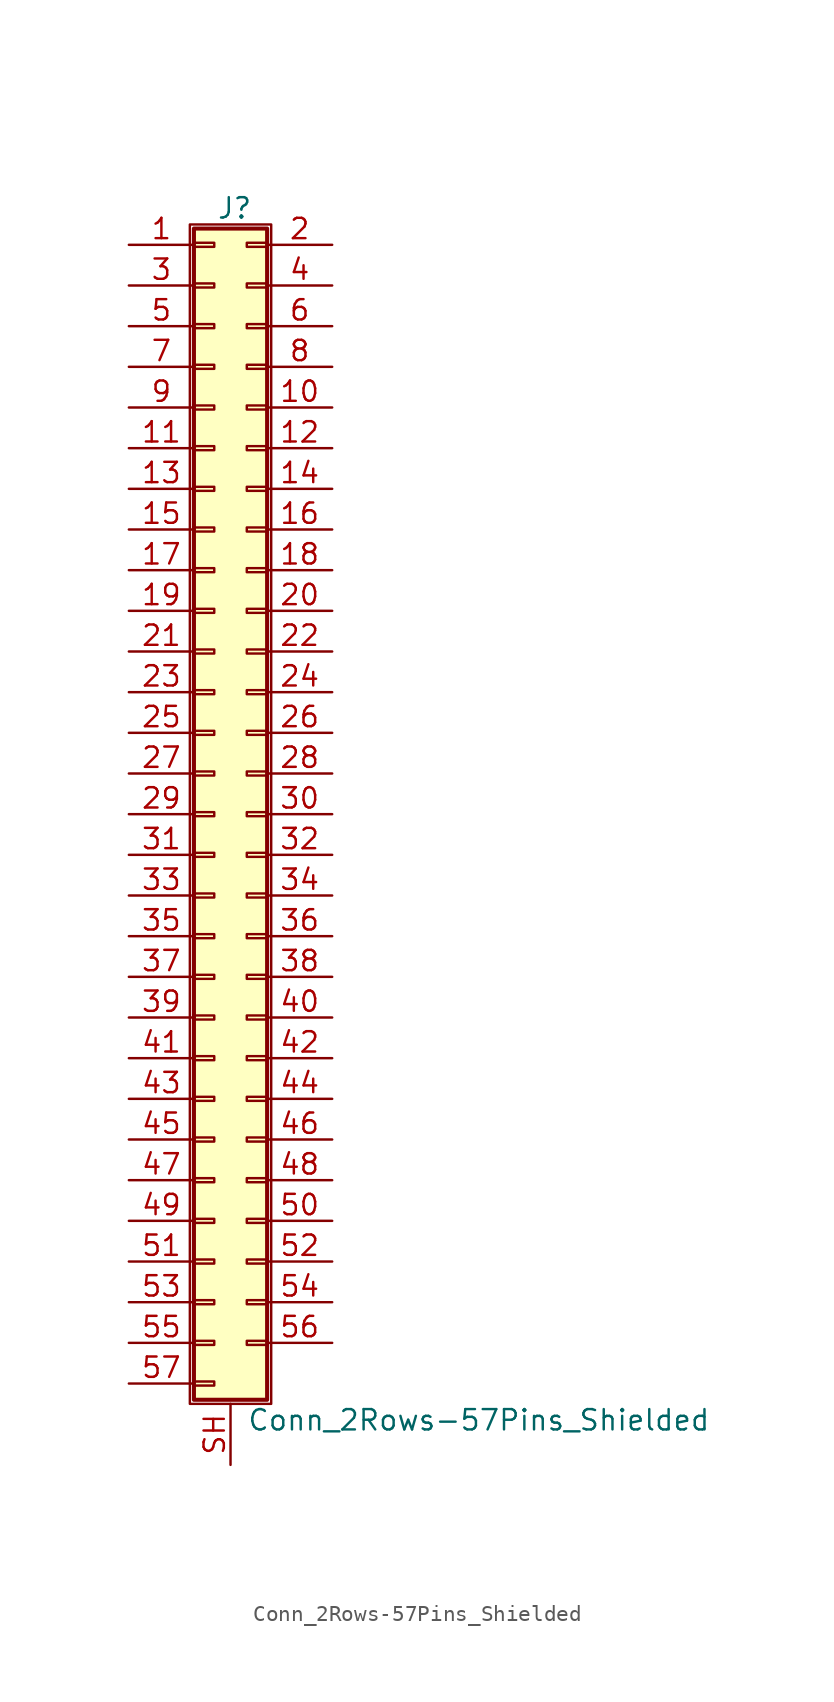
<source format=kicad_sym>
(kicad_symbol_lib
  (version 20201005)
  (generator kicad_symbol_editor)
  (symbol "Connector_Generic_Shielded:Conn_2Rows-57Pins_Shielded"
    (pin_names
      (offset 1.016) hide)
    (property "Reference" "J"
      (at 1.524 37.846 0)
      (effects (font (size 1.27 1.27))))
    (property "Value" "Conn_2Rows-57Pins_Shielded"
      (at 2.286 -37.846 0)
      (effects (font (size 1.27 1.27)) (justify left)))
    (symbol "Conn_2Rows-57Pins_Shielded_1_1"
      (rectangle (start -1.016 -27.813) (end 0.254 -28.067) (stroke (width 0.152)) (fill (type none)))
      (rectangle (start -1.016 -30.353) (end 0.254 -30.607) (stroke (width 0.152)) (fill (type none)))
      (rectangle (start -1.016 -32.893) (end 0.254 -33.147) (stroke (width 0.152)) (fill (type none)))
      (rectangle (start -1.016 -35.433) (end 0.254 -35.687) (stroke (width 0.152)) (fill (type none)))
      (rectangle (start -1.016 -4.953) (end 0.254 -5.207) (stroke (width 0.152)) (fill (type none)))
      (rectangle (start -1.016 -7.493) (end 0.254 -7.747) (stroke (width 0.152)) (fill (type none)))
      (rectangle (start -1.016 -10.033) (end 0.254 -10.287) (stroke (width 0.152)) (fill (type none)))
      (rectangle (start -1.016 -12.573) (end 0.254 -12.827) (stroke (width 0.152)) (fill (type none)))
      (rectangle (start -1.016 -15.113) (end 0.254 -15.367) (stroke (width 0.152)) (fill (type none)))
      (rectangle (start -1.016 -17.653) (end 0.254 -17.907) (stroke (width 0.152)) (fill (type none)))
      (rectangle (start -1.016 -20.193) (end 0.254 -20.447) (stroke (width 0.152)) (fill (type none)))
      (rectangle (start -1.016 -22.733) (end 0.254 -22.987) (stroke (width 0.152)) (fill (type none)))
      (rectangle (start -1.016 -2.413) (end 0.254 -2.667) (stroke (width 0.152)) (fill (type none)))
      (rectangle (start -1.016 -25.273) (end 0.254 -25.527) (stroke (width 0.152)) (fill (type none)))
      (rectangle (start -1.016 25.527) (end 0.254 25.273) (stroke (width 0.152)) (fill (type none)))
      (rectangle (start -1.016 2.667) (end 0.254 2.413) (stroke (width 0.152)) (fill (type none)))
      (rectangle (start -1.016 28.067) (end 0.254 27.813) (stroke (width 0.152)) (fill (type none)))
      (rectangle (start -1.016 30.607) (end 0.254 30.353) (stroke (width 0.152)) (fill (type none)))
      (rectangle (start -1.016 33.147) (end 0.254 32.893) (stroke (width 0.152)) (fill (type none)))
      (rectangle (start -1.016 35.687) (end 0.254 35.433) (stroke (width 0.152)) (fill (type none)))
      (rectangle (start -1.016 36.576) (end 3.556 -36.576) (stroke (width 0.254)) (fill (type background)))
      (rectangle (start -1.016 5.207) (end 0.254 4.953) (stroke (width 0.152)) (fill (type none)))
      (rectangle (start -1.016 7.747) (end 0.254 7.493) (stroke (width 0.152)) (fill (type none)))
      (rectangle (start -1.016 10.287) (end 0.254 10.033) (stroke (width 0.152)) (fill (type none)))
      (rectangle (start -1.016 0.127) (end 0.254 -0.127) (stroke (width 0.152)) (fill (type none)))
      (rectangle (start -1.016 12.827) (end 0.254 12.573) (stroke (width 0.152)) (fill (type none)))
      (rectangle (start -1.016 15.367) (end 0.254 15.113) (stroke (width 0.152)) (fill (type none)))
      (rectangle (start -1.016 17.907) (end 0.254 17.653) (stroke (width 0.152)) (fill (type none)))
      (rectangle (start -1.016 20.447) (end 0.254 20.193) (stroke (width 0.152)) (fill (type none)))
      (rectangle (start -1.016 22.987) (end 0.254 22.733) (stroke (width 0.152)) (fill (type none)))
      (rectangle (start -1.27 36.83) (end 3.81 -36.83) (stroke (width 0.152)) (fill (type none)))
      (rectangle (start 3.556 -27.813) (end 2.286 -28.067) (stroke (width 0.152)) (fill (type none)))
      (rectangle (start 3.556 -30.353) (end 2.286 -30.607) (stroke (width 0.152)) (fill (type none)))
      (rectangle (start 3.556 -32.893) (end 2.286 -33.147) (stroke (width 0.152)) (fill (type none)))
      (rectangle (start 3.556 -4.953) (end 2.286 -5.207) (stroke (width 0.152)) (fill (type none)))
      (rectangle (start 3.556 -7.493) (end 2.286 -7.747) (stroke (width 0.152)) (fill (type none)))
      (rectangle (start 3.556 -10.033) (end 2.286 -10.287) (stroke (width 0.152)) (fill (type none)))
      (rectangle (start 3.556 -12.573) (end 2.286 -12.827) (stroke (width 0.152)) (fill (type none)))
      (rectangle (start 3.556 -15.113) (end 2.286 -15.367) (stroke (width 0.152)) (fill (type none)))
      (rectangle (start 3.556 -17.653) (end 2.286 -17.907) (stroke (width 0.152)) (fill (type none)))
      (rectangle (start 3.556 -20.193) (end 2.286 -20.447) (stroke (width 0.152)) (fill (type none)))
      (rectangle (start 3.556 -22.733) (end 2.286 -22.987) (stroke (width 0.152)) (fill (type none)))
      (rectangle (start 3.556 -2.413) (end 2.286 -2.667) (stroke (width 0.152)) (fill (type none)))
      (rectangle (start 3.556 -25.273) (end 2.286 -25.527) (stroke (width 0.152)) (fill (type none)))
      (rectangle (start 3.556 25.527) (end 2.286 25.273) (stroke (width 0.152)) (fill (type none)))
      (rectangle (start 3.556 2.667) (end 2.286 2.413) (stroke (width 0.152)) (fill (type none)))
      (rectangle (start 3.556 28.067) (end 2.286 27.813) (stroke (width 0.152)) (fill (type none)))
      (rectangle (start 3.556 30.607) (end 2.286 30.353) (stroke (width 0.152)) (fill (type none)))
      (rectangle (start 3.556 33.147) (end 2.286 32.893) (stroke (width 0.152)) (fill (type none)))
      (rectangle (start 3.556 35.687) (end 2.286 35.433) (stroke (width 0.152)) (fill (type none)))
      (rectangle (start 3.556 5.207) (end 2.286 4.953) (stroke (width 0.152)) (fill (type none)))
      (rectangle (start 3.556 7.747) (end 2.286 7.493) (stroke (width 0.152)) (fill (type none)))
      (rectangle (start 3.556 10.287) (end 2.286 10.033) (stroke (width 0.152)) (fill (type none)))
      (rectangle (start 3.556 0.127) (end 2.286 -0.127) (stroke (width 0.152)) (fill (type none)))
      (rectangle (start 3.556 12.827) (end 2.286 12.573) (stroke (width 0.152)) (fill (type none)))
      (rectangle (start 3.556 15.367) (end 2.286 15.113) (stroke (width 0.152)) (fill (type none)))
      (rectangle (start 3.556 17.907) (end 2.286 17.653) (stroke (width 0.152)) (fill (type none)))
      (rectangle (start 3.556 20.447) (end 2.286 20.193) (stroke (width 0.152)) (fill (type none)))
      (rectangle (start 3.556 22.987) (end 2.286 22.733) (stroke (width 0.152)) (fill (type none)))
      (pin passive line (at -5.08 35.56 0) (length 4.064) (name "Pin_1" (effects (font (size 1.27 1.27)))) (number "1" (effects (font (size 1.27 1.27)))))
      (pin passive line (at 7.62 25.4 180) (length 4.064) (name "Pin_10" (effects (font (size 1.27 1.27)))) (number "10" (effects (font (size 1.27 1.27)))))
      (pin passive line (at -5.08 22.86 0) (length 4.064) (name "Pin_11" (effects (font (size 1.27 1.27)))) (number "11" (effects (font (size 1.27 1.27)))))
      (pin passive line (at 7.62 22.86 180) (length 4.064) (name "Pin_12" (effects (font (size 1.27 1.27)))) (number "12" (effects (font (size 1.27 1.27)))))
      (pin passive line (at -5.08 20.32 0) (length 4.064) (name "Pin_13" (effects (font (size 1.27 1.27)))) (number "13" (effects (font (size 1.27 1.27)))))
      (pin passive line (at 7.62 20.32 180) (length 4.064) (name "Pin_14" (effects (font (size 1.27 1.27)))) (number "14" (effects (font (size 1.27 1.27)))))
      (pin passive line (at -5.08 17.78 0) (length 4.064) (name "Pin_15" (effects (font (size 1.27 1.27)))) (number "15" (effects (font (size 1.27 1.27)))))
      (pin passive line (at 7.62 17.78 180) (length 4.064) (name "Pin_16" (effects (font (size 1.27 1.27)))) (number "16" (effects (font (size 1.27 1.27)))))
      (pin passive line (at -5.08 15.24 0) (length 4.064) (name "Pin_17" (effects (font (size 1.27 1.27)))) (number "17" (effects (font (size 1.27 1.27)))))
      (pin passive line (at 7.62 15.24 180) (length 4.064) (name "Pin_18" (effects (font (size 1.27 1.27)))) (number "18" (effects (font (size 1.27 1.27)))))
      (pin passive line (at -5.08 12.7 0) (length 4.064) (name "Pin_19" (effects (font (size 1.27 1.27)))) (number "19" (effects (font (size 1.27 1.27)))))
      (pin passive line (at 7.62 35.56 180) (length 4.064) (name "Pin_2" (effects (font (size 1.27 1.27)))) (number "2" (effects (font (size 1.27 1.27)))))
      (pin passive line (at 7.62 12.7 180) (length 4.064) (name "Pin_20" (effects (font (size 1.27 1.27)))) (number "20" (effects (font (size 1.27 1.27)))))
      (pin passive line (at -5.08 10.16 0) (length 4.064) (name "Pin_21" (effects (font (size 1.27 1.27)))) (number "21" (effects (font (size 1.27 1.27)))))
      (pin passive line (at 7.62 10.16 180) (length 4.064) (name "Pin_22" (effects (font (size 1.27 1.27)))) (number "22" (effects (font (size 1.27 1.27)))))
      (pin passive line (at -5.08 7.62 0) (length 4.064) (name "Pin_23" (effects (font (size 1.27 1.27)))) (number "23" (effects (font (size 1.27 1.27)))))
      (pin passive line (at 7.62 7.62 180) (length 4.064) (name "Pin_24" (effects (font (size 1.27 1.27)))) (number "24" (effects (font (size 1.27 1.27)))))
      (pin passive line (at -5.08 5.08 0) (length 4.064) (name "Pin_25" (effects (font (size 1.27 1.27)))) (number "25" (effects (font (size 1.27 1.27)))))
      (pin passive line (at 7.62 5.08 180) (length 4.064) (name "Pin_26" (effects (font (size 1.27 1.27)))) (number "26" (effects (font (size 1.27 1.27)))))
      (pin passive line (at -5.08 2.54 0) (length 4.064) (name "Pin_27" (effects (font (size 1.27 1.27)))) (number "27" (effects (font (size 1.27 1.27)))))
      (pin passive line (at 7.62 2.54 180) (length 4.064) (name "Pin_28" (effects (font (size 1.27 1.27)))) (number "28" (effects (font (size 1.27 1.27)))))
      (pin passive line (at -5.08 0 0) (length 4.064) (name "Pin_29" (effects (font (size 1.27 1.27)))) (number "29" (effects (font (size 1.27 1.27)))))
      (pin passive line (at -5.08 33.02 0) (length 4.064) (name "Pin_3" (effects (font (size 1.27 1.27)))) (number "3" (effects (font (size 1.27 1.27)))))
      (pin passive line (at 7.62 0 180) (length 4.064) (name "Pin_30" (effects (font (size 1.27 1.27)))) (number "30" (effects (font (size 1.27 1.27)))))
      (pin passive line (at -5.08 -2.54 0) (length 4.064) (name "Pin_31" (effects (font (size 1.27 1.27)))) (number "31" (effects (font (size 1.27 1.27)))))
      (pin passive line (at 7.62 -2.54 180) (length 4.064) (name "Pin_32" (effects (font (size 1.27 1.27)))) (number "32" (effects (font (size 1.27 1.27)))))
      (pin passive line (at -5.08 -5.08 0) (length 4.064) (name "Pin_33" (effects (font (size 1.27 1.27)))) (number "33" (effects (font (size 1.27 1.27)))))
      (pin passive line (at 7.62 -5.08 180) (length 4.064) (name "Pin_34" (effects (font (size 1.27 1.27)))) (number "34" (effects (font (size 1.27 1.27)))))
      (pin passive line (at -5.08 -7.62 0) (length 4.064) (name "Pin_35" (effects (font (size 1.27 1.27)))) (number "35" (effects (font (size 1.27 1.27)))))
      (pin passive line (at 7.62 -7.62 180) (length 4.064) (name "Pin_36" (effects (font (size 1.27 1.27)))) (number "36" (effects (font (size 1.27 1.27)))))
      (pin passive line (at -5.08 -10.16 0) (length 4.064) (name "Pin_37" (effects (font (size 1.27 1.27)))) (number "37" (effects (font (size 1.27 1.27)))))
      (pin passive line (at 7.62 -10.16 180) (length 4.064) (name "Pin_38" (effects (font (size 1.27 1.27)))) (number "38" (effects (font (size 1.27 1.27)))))
      (pin passive line (at -5.08 -12.7 0) (length 4.064) (name "Pin_39" (effects (font (size 1.27 1.27)))) (number "39" (effects (font (size 1.27 1.27)))))
      (pin passive line (at 7.62 33.02 180) (length 4.064) (name "Pin_4" (effects (font (size 1.27 1.27)))) (number "4" (effects (font (size 1.27 1.27)))))
      (pin passive line (at 7.62 -12.7 180) (length 4.064) (name "Pin_40" (effects (font (size 1.27 1.27)))) (number "40" (effects (font (size 1.27 1.27)))))
      (pin passive line (at -5.08 -15.24 0) (length 4.064) (name "Pin_41" (effects (font (size 1.27 1.27)))) (number "41" (effects (font (size 1.27 1.27)))))
      (pin passive line (at 7.62 -15.24 180) (length 4.064) (name "Pin_42" (effects (font (size 1.27 1.27)))) (number "42" (effects (font (size 1.27 1.27)))))
      (pin passive line (at -5.08 -17.78 0) (length 4.064) (name "Pin_43" (effects (font (size 1.27 1.27)))) (number "43" (effects (font (size 1.27 1.27)))))
      (pin passive line (at 7.62 -17.78 180) (length 4.064) (name "Pin_44" (effects (font (size 1.27 1.27)))) (number "44" (effects (font (size 1.27 1.27)))))
      (pin passive line (at -5.08 -20.32 0) (length 4.064) (name "Pin_45" (effects (font (size 1.27 1.27)))) (number "45" (effects (font (size 1.27 1.27)))))
      (pin passive line (at 7.62 -20.32 180) (length 4.064) (name "Pin_46" (effects (font (size 1.27 1.27)))) (number "46" (effects (font (size 1.27 1.27)))))
      (pin passive line (at -5.08 -22.86 0) (length 4.064) (name "Pin_47" (effects (font (size 1.27 1.27)))) (number "47" (effects (font (size 1.27 1.27)))))
      (pin passive line (at 7.62 -22.86 180) (length 4.064) (name "Pin_48" (effects (font (size 1.27 1.27)))) (number "48" (effects (font (size 1.27 1.27)))))
      (pin passive line (at -5.08 -25.4 0) (length 4.064) (name "Pin_49" (effects (font (size 1.27 1.27)))) (number "49" (effects (font (size 1.27 1.27)))))
      (pin passive line (at -5.08 30.48 0) (length 4.064) (name "Pin_5" (effects (font (size 1.27 1.27)))) (number "5" (effects (font (size 1.27 1.27)))))
      (pin passive line (at 7.62 -25.4 180) (length 4.064) (name "Pin_50" (effects (font (size 1.27 1.27)))) (number "50" (effects (font (size 1.27 1.27)))))
      (pin passive line (at -5.08 -27.94 0) (length 4.064) (name "Pin_51" (effects (font (size 1.27 1.27)))) (number "51" (effects (font (size 1.27 1.27)))))
      (pin passive line (at 7.62 -27.94 180) (length 4.064) (name "Pin_52" (effects (font (size 1.27 1.27)))) (number "52" (effects (font (size 1.27 1.27)))))
      (pin passive line (at -5.08 -30.48 0) (length 4.064) (name "Pin_53" (effects (font (size 1.27 1.27)))) (number "53" (effects (font (size 1.27 1.27)))))
      (pin passive line (at 7.62 -30.48 180) (length 4.064) (name "Pin_54" (effects (font (size 1.27 1.27)))) (number "54" (effects (font (size 1.27 1.27)))))
      (pin passive line (at -5.08 -33.02 0) (length 4.064) (name "Pin_55" (effects (font (size 1.27 1.27)))) (number "55" (effects (font (size 1.27 1.27)))))
      (pin passive line (at 7.62 -33.02 180) (length 4.064) (name "Pin_56" (effects (font (size 1.27 1.27)))) (number "56" (effects (font (size 1.27 1.27)))))
      (pin passive line (at -5.08 -35.56 0) (length 4.064) (name "Pin_57" (effects (font (size 1.27 1.27)))) (number "57" (effects (font (size 1.27 1.27)))))
      (pin passive line (at 7.62 30.48 180) (length 4.064) (name "Pin_6" (effects (font (size 1.27 1.27)))) (number "6" (effects (font (size 1.27 1.27)))))
      (pin passive line (at -5.08 27.94 0) (length 4.064) (name "Pin_7" (effects (font (size 1.27 1.27)))) (number "7" (effects (font (size 1.27 1.27)))))
      (pin passive line (at 7.62 27.94 180) (length 4.064) (name "Pin_8" (effects (font (size 1.27 1.27)))) (number "8" (effects (font (size 1.27 1.27)))))
      (pin passive line (at -5.08 25.4 0) (length 4.064) (name "Pin_9" (effects (font (size 1.27 1.27)))) (number "9" (effects (font (size 1.27 1.27)))))
      (pin passive line (at 1.27 -40.64 90) (length 3.81) (name "Shield" (effects (font (size 1.27 1.27)))) (number "SH" (effects (font (size 1.27 1.27))))))))
</source>
